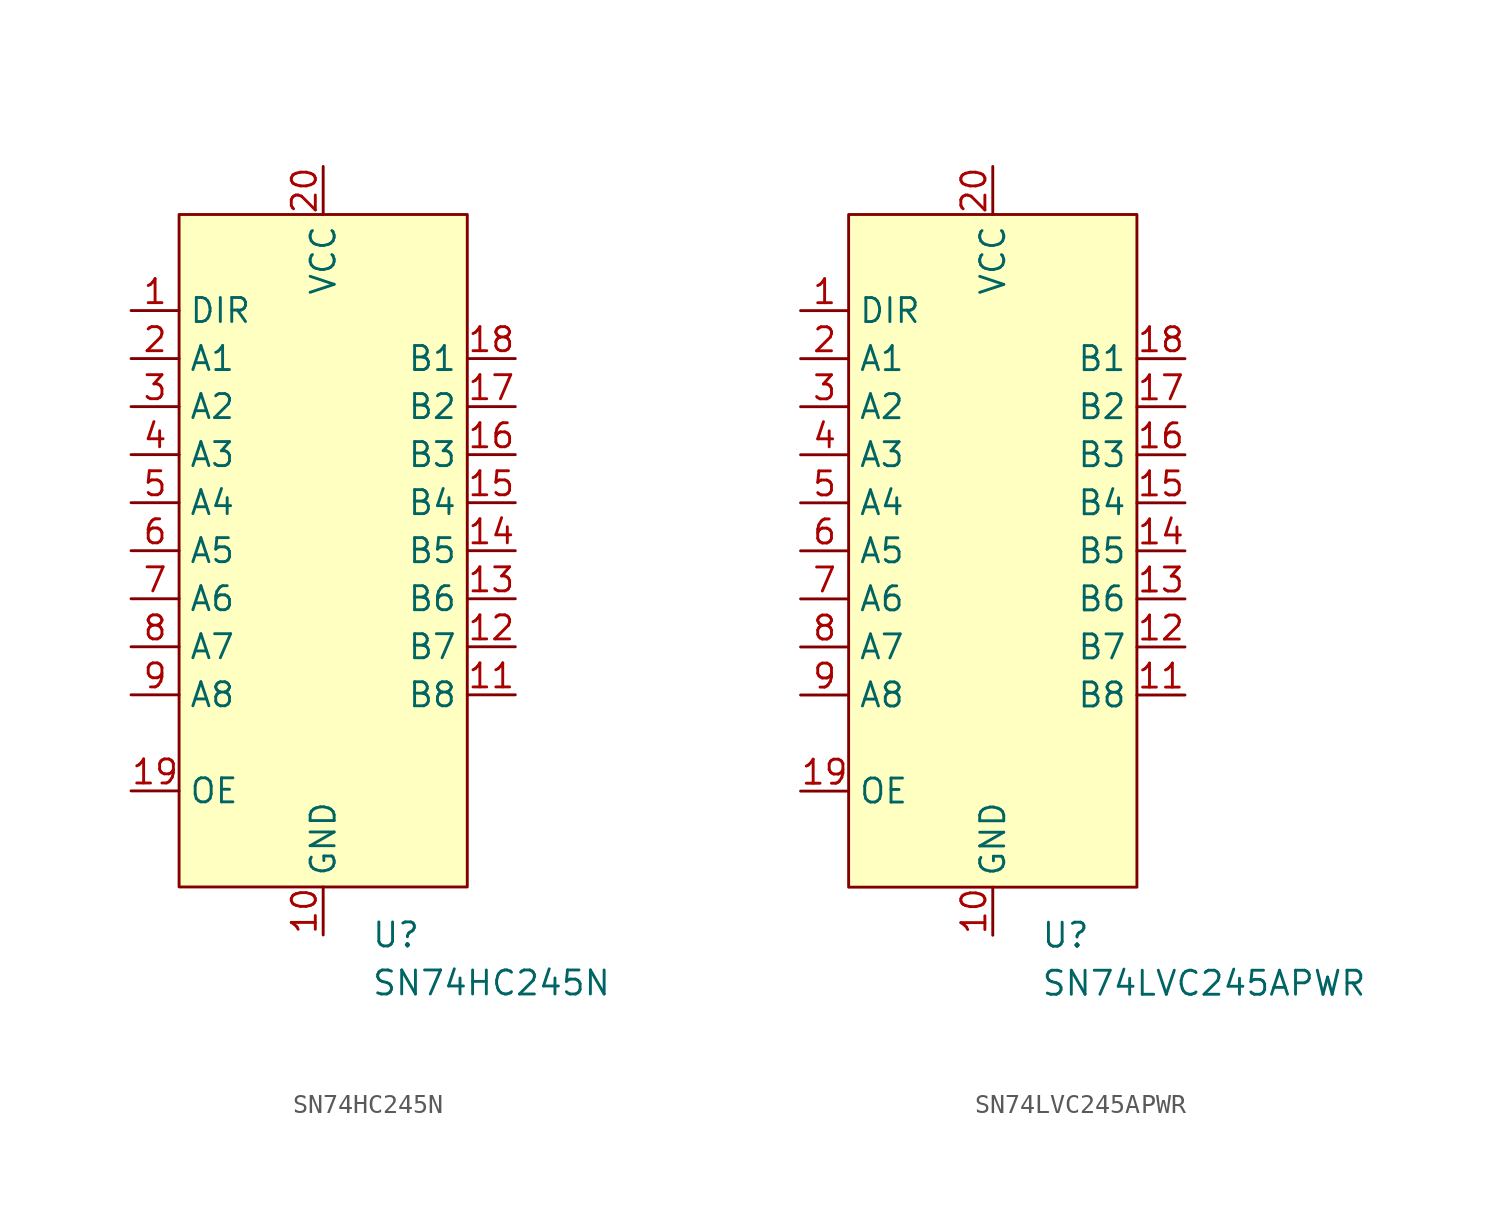
<source format=kicad_sym>
(kicad_symbol_lib
  (version 20220914)
  (generator kicad_symbol_editor)
  (symbol "SN74HC245N"
    (property "Reference" "U"
      (at 2.54 -20.32 0)
      (effects (font (size 1.27 1.27)) (justify left)))
    (property "Value" "SN74HC245N"
      (at 2.54 -22.86 0)
      (effects (font (size 1.27 1.27)) (justify left)))
    (symbol "SN74HC245N_1_1"
      (rectangle (start -7.62 17.78) (end 7.62 -17.78) (stroke (width 0) (type default)) (fill (type background)))
      (pin input line (at -10.16 12.7 0) (length 2.54) (name "DIR" (effects (font (size 1.27 1.27)))) (number "1" (effects (font (size 1.27 1.27)))))
      (pin power_in line (at 0 -20.32 90) (length 2.54) (name "GND" (effects (font (size 1.27 1.27)))) (number "10" (effects (font (size 1.27 1.27)))))
      (pin bidirectional line (at 10.16 -7.62 180) (length 2.54) (name "B8" (effects (font (size 1.27 1.27)))) (number "11" (effects (font (size 1.27 1.27)))))
      (pin bidirectional line (at 10.16 -5.08 180) (length 2.54) (name "B7" (effects (font (size 1.27 1.27)))) (number "12" (effects (font (size 1.27 1.27)))))
      (pin bidirectional line (at 10.16 -2.54 180) (length 2.54) (name "B6" (effects (font (size 1.27 1.27)))) (number "13" (effects (font (size 1.27 1.27)))))
      (pin bidirectional line (at 10.16 0 180) (length 2.54) (name "B5" (effects (font (size 1.27 1.27)))) (number "14" (effects (font (size 1.27 1.27)))))
      (pin bidirectional line (at 10.16 2.54 180) (length 2.54) (name "B4" (effects (font (size 1.27 1.27)))) (number "15" (effects (font (size 1.27 1.27)))))
      (pin bidirectional line (at 10.16 5.08 180) (length 2.54) (name "B3" (effects (font (size 1.27 1.27)))) (number "16" (effects (font (size 1.27 1.27)))))
      (pin bidirectional line (at 10.16 7.62 180) (length 2.54) (name "B2" (effects (font (size 1.27 1.27)))) (number "17" (effects (font (size 1.27 1.27)))))
      (pin bidirectional line (at 10.16 10.16 180) (length 2.54) (name "B1" (effects (font (size 1.27 1.27)))) (number "18" (effects (font (size 1.27 1.27)))))
      (pin input line (at -10.16 -12.7 0) (length 2.54) (name "OE" (effects (font (size 1.27 1.27)))) (number "19" (effects (font (size 1.27 1.27)))))
      (pin bidirectional line (at -10.16 10.16 0) (length 2.54) (name "A1" (effects (font (size 1.27 1.27)))) (number "2" (effects (font (size 1.27 1.27)))))
      (pin power_in line (at 0 20.32 270) (length 2.54) (name "VCC" (effects (font (size 1.27 1.27)))) (number "20" (effects (font (size 1.27 1.27)))))
      (pin bidirectional line (at -10.16 7.62 0) (length 2.54) (name "A2" (effects (font (size 1.27 1.27)))) (number "3" (effects (font (size 1.27 1.27)))))
      (pin bidirectional line (at -10.16 5.08 0) (length 2.54) (name "A3" (effects (font (size 1.27 1.27)))) (number "4" (effects (font (size 1.27 1.27)))))
      (pin bidirectional line (at -10.16 2.54 0) (length 2.54) (name "A4" (effects (font (size 1.27 1.27)))) (number "5" (effects (font (size 1.27 1.27)))))
      (pin bidirectional line (at -10.16 0 0) (length 2.54) (name "A5" (effects (font (size 1.27 1.27)))) (number "6" (effects (font (size 1.27 1.27)))))
      (pin bidirectional line (at -10.16 -2.54 0) (length 2.54) (name "A6" (effects (font (size 1.27 1.27)))) (number "7" (effects (font (size 1.27 1.27)))))
      (pin bidirectional line (at -10.16 -5.08 0) (length 2.54) (name "A7" (effects (font (size 1.27 1.27)))) (number "8" (effects (font (size 1.27 1.27)))))
      (pin bidirectional line (at -10.16 -7.62 0) (length 2.54) (name "A8" (effects (font (size 1.27 1.27)))) (number "9" (effects (font (size 1.27 1.27)))))))
  (symbol "SN74LVC245APWR"
    (property "Reference" "U"
      (at 2.54 -20.32 0)
      (effects (font (size 1.27 1.27)) (justify left)))
    (property "Value" "SN74LVC245APWR"
      (at 2.54 -22.86 0)
      (effects (font (size 1.27 1.27)) (justify left)))
    (symbol "SN74LVC245APWR_1_1"
      (rectangle (start -7.62 17.78) (end 7.62 -17.78) (stroke (width 0) (type default)) (fill (type background)))
      (pin input line (at -10.16 12.7 0) (length 2.54) (name "DIR" (effects (font (size 1.27 1.27)))) (number "1" (effects (font (size 1.27 1.27)))))
      (pin power_in line (at 0 -20.32 90) (length 2.54) (name "GND" (effects (font (size 1.27 1.27)))) (number "10" (effects (font (size 1.27 1.27)))))
      (pin bidirectional line (at 10.16 -7.62 180) (length 2.54) (name "B8" (effects (font (size 1.27 1.27)))) (number "11" (effects (font (size 1.27 1.27)))))
      (pin bidirectional line (at 10.16 -5.08 180) (length 2.54) (name "B7" (effects (font (size 1.27 1.27)))) (number "12" (effects (font (size 1.27 1.27)))))
      (pin bidirectional line (at 10.16 -2.54 180) (length 2.54) (name "B6" (effects (font (size 1.27 1.27)))) (number "13" (effects (font (size 1.27 1.27)))))
      (pin bidirectional line (at 10.16 0 180) (length 2.54) (name "B5" (effects (font (size 1.27 1.27)))) (number "14" (effects (font (size 1.27 1.27)))))
      (pin bidirectional line (at 10.16 2.54 180) (length 2.54) (name "B4" (effects (font (size 1.27 1.27)))) (number "15" (effects (font (size 1.27 1.27)))))
      (pin bidirectional line (at 10.16 5.08 180) (length 2.54) (name "B3" (effects (font (size 1.27 1.27)))) (number "16" (effects (font (size 1.27 1.27)))))
      (pin bidirectional line (at 10.16 7.62 180) (length 2.54) (name "B2" (effects (font (size 1.27 1.27)))) (number "17" (effects (font (size 1.27 1.27)))))
      (pin bidirectional line (at 10.16 10.16 180) (length 2.54) (name "B1" (effects (font (size 1.27 1.27)))) (number "18" (effects (font (size 1.27 1.27)))))
      (pin input line (at -10.16 -12.7 0) (length 2.54) (name "OE" (effects (font (size 1.27 1.27)))) (number "19" (effects (font (size 1.27 1.27)))))
      (pin bidirectional line (at -10.16 10.16 0) (length 2.54) (name "A1" (effects (font (size 1.27 1.27)))) (number "2" (effects (font (size 1.27 1.27)))))
      (pin power_in line (at 0 20.32 270) (length 2.54) (name "VCC" (effects (font (size 1.27 1.27)))) (number "20" (effects (font (size 1.27 1.27)))))
      (pin bidirectional line (at -10.16 7.62 0) (length 2.54) (name "A2" (effects (font (size 1.27 1.27)))) (number "3" (effects (font (size 1.27 1.27)))))
      (pin bidirectional line (at -10.16 5.08 0) (length 2.54) (name "A3" (effects (font (size 1.27 1.27)))) (number "4" (effects (font (size 1.27 1.27)))))
      (pin bidirectional line (at -10.16 2.54 0) (length 2.54) (name "A4" (effects (font (size 1.27 1.27)))) (number "5" (effects (font (size 1.27 1.27)))))
      (pin bidirectional line (at -10.16 0 0) (length 2.54) (name "A5" (effects (font (size 1.27 1.27)))) (number "6" (effects (font (size 1.27 1.27)))))
      (pin bidirectional line (at -10.16 -2.54 0) (length 2.54) (name "A6" (effects (font (size 1.27 1.27)))) (number "7" (effects (font (size 1.27 1.27)))))
      (pin bidirectional line (at -10.16 -5.08 0) (length 2.54) (name "A7" (effects (font (size 1.27 1.27)))) (number "8" (effects (font (size 1.27 1.27)))))
      (pin bidirectional line (at -10.16 -7.62 0) (length 2.54) (name "A8" (effects (font (size 1.27 1.27)))) (number "9" (effects (font (size 1.27 1.27))))))))
</source>
